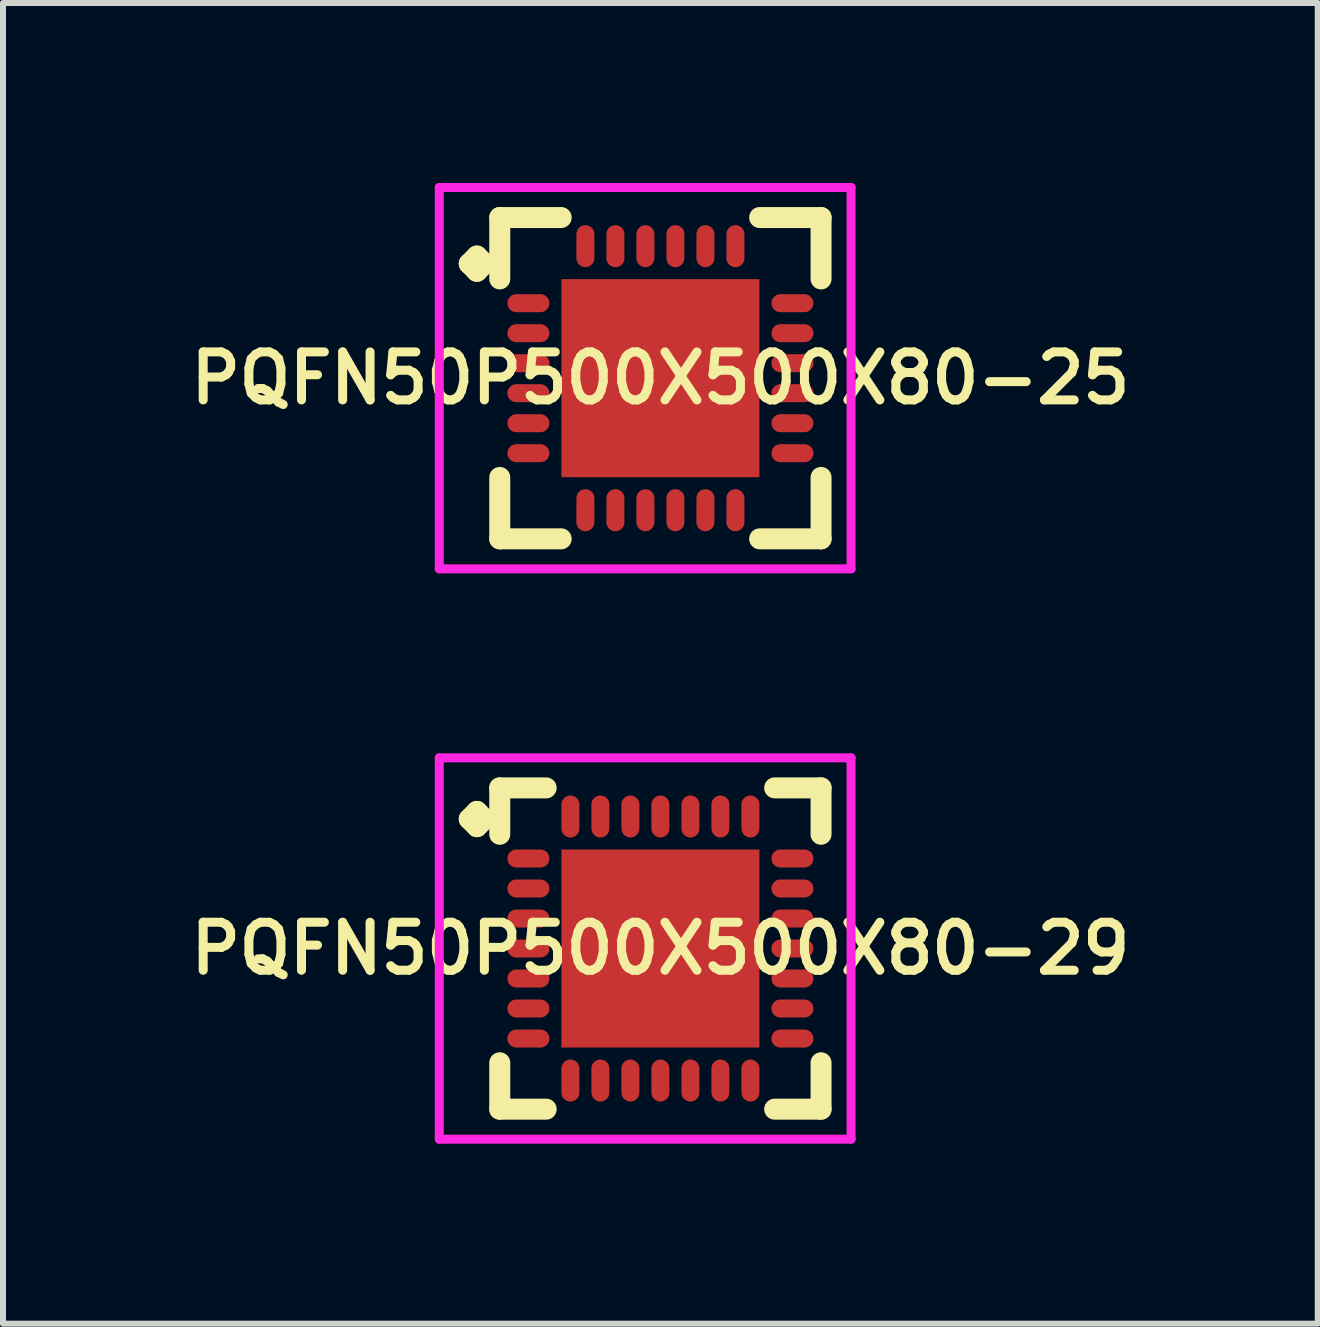
<source format=kicad_pcb>
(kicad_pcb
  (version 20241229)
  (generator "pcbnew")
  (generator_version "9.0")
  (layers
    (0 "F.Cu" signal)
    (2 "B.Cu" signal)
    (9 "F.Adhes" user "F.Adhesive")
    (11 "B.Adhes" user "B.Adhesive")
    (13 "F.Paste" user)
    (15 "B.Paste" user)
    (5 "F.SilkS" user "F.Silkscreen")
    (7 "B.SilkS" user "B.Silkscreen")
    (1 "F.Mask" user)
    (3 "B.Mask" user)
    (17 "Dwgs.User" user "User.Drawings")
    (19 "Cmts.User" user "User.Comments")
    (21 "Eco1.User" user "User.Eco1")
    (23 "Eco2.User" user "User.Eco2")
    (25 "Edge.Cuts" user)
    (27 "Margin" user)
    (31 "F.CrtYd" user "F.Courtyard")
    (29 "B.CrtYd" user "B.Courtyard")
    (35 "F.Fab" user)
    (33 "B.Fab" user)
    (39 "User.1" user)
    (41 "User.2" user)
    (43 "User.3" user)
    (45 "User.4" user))
  (footprint "PQFN50P500X500X80-25"
    (layer "F.Cu")
    (at 7.955 3.252)
    (property "Reference" "PQFN50P500X500X80-25" (at 0 0 0) (layer "F.SilkS") (effects (font (size 0.8 0.8) (thickness 0.15))))
    (attr smd)
    (fp_line (start -3.185 -1.908) (end -3.058 -2.035) (stroke (width 0.35) (type solid)) (layer "F.SilkS"))
    (fp_line (start -3.058 -2.035) (end -2.931 -1.908) (stroke (width 0.35) (type solid)) (layer "F.SilkS"))
    (fp_line (start -3.058 -1.781) (end -3.185 -1.908) (stroke (width 0.35) (type solid)) (layer "F.SilkS"))
    (fp_line (start -2.931 -1.908) (end -3.058 -1.781) (stroke (width 0.35) (type solid)) (layer "F.SilkS"))
    (fp_line (start -2.677 -2.677) (end -1.654 -2.677) (stroke (width 0.35) (type solid)) (layer "F.SilkS"))
    (fp_line (start -2.677 -1.654) (end -2.677 -2.677) (stroke (width 0.35) (type solid)) (layer "F.SilkS"))
    (fp_line (start -2.677 1.654) (end -2.677 2.677) (stroke (width 0.35) (type solid)) (layer "F.SilkS"))
    (fp_line (start -2.677 2.677) (end -1.654 2.677) (stroke (width 0.35) (type solid)) (layer "F.SilkS"))
    (fp_line (start 1.654 -2.677) (end 2.677 -2.677) (stroke (width 0.35) (type solid)) (layer "F.SilkS"))
    (fp_line (start 1.654 2.677) (end 2.677 2.677) (stroke (width 0.35) (type solid)) (layer "F.SilkS"))
    (fp_line (start 2.677 -2.677) (end 2.677 -1.654) (stroke (width 0.35) (type solid)) (layer "F.SilkS"))
    (fp_line (start 2.677 2.677) (end 2.677 1.654) (stroke (width 0.35) (type solid)) (layer "F.SilkS"))
    (fp_line (start -3.685 -3.177) (end 3.177 -3.177) (stroke (width 0.15) (type solid)) (layer "F.CrtYd"))
    (fp_line (start -3.685 3.177) (end -3.685 -3.177) (stroke (width 0.15) (type solid)) (layer "F.CrtYd"))
    (fp_line (start 3.177 -3.177) (end 3.177 3.177) (stroke (width 0.15) (type solid)) (layer "F.CrtYd"))
    (fp_line (start 3.177 3.177) (end -3.685 3.177) (stroke (width 0.15) (type solid)) (layer "F.CrtYd"))
    (pad "1" smd oval (at -2.2 -1.25) (size 0.7 0.3) (layers "F.Cu" "F.Mask" "F.Paste"))
    (pad "2" smd oval (at -2.2 -0.75) (size 0.7 0.3) (layers "F.Cu" "F.Mask" "F.Paste"))
    (pad "3" smd oval (at -2.2 -0.25) (size 0.7 0.3) (layers "F.Cu" "F.Mask" "F.Paste"))
    (pad "4" smd oval (at -2.2 0.25) (size 0.7 0.3) (layers "F.Cu" "F.Mask" "F.Paste"))
    (pad "5" smd oval (at -2.2 0.75) (size 0.7 0.3) (layers "F.Cu" "F.Mask" "F.Paste"))
    (pad "6" smd oval (at -2.2 1.25) (size 0.7 0.3) (layers "F.Cu" "F.Mask" "F.Paste"))
    (pad "7" smd oval (at -1.25 2.2) (size 0.3 0.7) (layers "F.Cu" "F.Mask" "F.Paste"))
    (pad "8" smd oval (at -0.75 2.2) (size 0.3 0.7) (layers "F.Cu" "F.Mask" "F.Paste"))
    (pad "9" smd oval (at -0.25 2.2) (size 0.3 0.7) (layers "F.Cu" "F.Mask" "F.Paste"))
    (pad "10" smd oval (at 0.25 2.2) (size 0.3 0.7) (layers "F.Cu" "F.Mask" "F.Paste"))
    (pad "11" smd oval (at 0.75 2.2) (size 0.3 0.7) (layers "F.Cu" "F.Mask" "F.Paste"))
    (pad "12" smd oval (at 1.25 2.2) (size 0.3 0.7) (layers "F.Cu" "F.Mask" "F.Paste"))
    (pad "13" smd oval (at 2.2 1.25) (size 0.7 0.3) (layers "F.Cu" "F.Mask" "F.Paste"))
    (pad "14" smd oval (at 2.2 0.75) (size 0.7 0.3) (layers "F.Cu" "F.Mask" "F.Paste"))
    (pad "15" smd oval (at 2.2 0.25) (size 0.7 0.3) (layers "F.Cu" "F.Mask" "F.Paste"))
    (pad "16" smd oval (at 2.2 -0.25) (size 0.7 0.3) (layers "F.Cu" "F.Mask" "F.Paste"))
    (pad "17" smd oval (at 2.2 -0.75) (size 0.7 0.3) (layers "F.Cu" "F.Mask" "F.Paste"))
    (pad "18" smd oval (at 2.2 -1.25) (size 0.7 0.3) (layers "F.Cu" "F.Mask" "F.Paste"))
    (pad "19" smd oval (at 1.25 -2.2) (size 0.3 0.7) (layers "F.Cu" "F.Mask" "F.Paste"))
    (pad "20" smd oval (at 0.75 -2.2) (size 0.3 0.7) (layers "F.Cu" "F.Mask" "F.Paste"))
    (pad "21" smd oval (at 0.25 -2.2) (size 0.3 0.7) (layers "F.Cu" "F.Mask" "F.Paste"))
    (pad "22" smd oval (at -0.25 -2.2) (size 0.3 0.7) (layers "F.Cu" "F.Mask" "F.Paste"))
    (pad "23" smd oval (at -0.75 -2.2) (size 0.3 0.7) (layers "F.Cu" "F.Mask" "F.Paste"))
    (pad "24" smd oval (at -1.25 -2.2) (size 0.3 0.7) (layers "F.Cu" "F.Mask" "F.Paste"))
    (pad "25" smd rect (at 0 0) (size 3.3 3.3) (layers "F.Cu" "F.Mask" "F.Paste")))
  (footprint "PQFN50P500X500X80-29"
    (layer "F.Cu")
    (at 7.955 12.756)
    (property "Reference" "PQFN50P500X500X80-29" (at 0 0 0) (layer "F.SilkS") (effects (font (size 0.8 0.8) (thickness 0.15))))
    (attr smd)
    (fp_line (start -3.185 -2.158) (end -3.058 -2.285) (stroke (width 0.35) (type solid)) (layer "F.SilkS"))
    (fp_line (start -3.058 -2.285) (end -2.931 -2.158) (stroke (width 0.35) (type solid)) (layer "F.SilkS"))
    (fp_line (start -3.058 -2.031) (end -3.185 -2.158) (stroke (width 0.35) (type solid)) (layer "F.SilkS"))
    (fp_line (start -2.931 -2.158) (end -3.058 -2.031) (stroke (width 0.35) (type solid)) (layer "F.SilkS"))
    (fp_line (start -2.677 -2.677) (end -1.904 -2.677) (stroke (width 0.35) (type solid)) (layer "F.SilkS"))
    (fp_line (start -2.677 -1.904) (end -2.677 -2.677) (stroke (width 0.35) (type solid)) (layer "F.SilkS"))
    (fp_line (start -2.677 1.904) (end -2.677 2.677) (stroke (width 0.35) (type solid)) (layer "F.SilkS"))
    (fp_line (start -2.677 2.677) (end -1.904 2.677) (stroke (width 0.35) (type solid)) (layer "F.SilkS"))
    (fp_line (start 1.904 -2.677) (end 2.677 -2.677) (stroke (width 0.35) (type solid)) (layer "F.SilkS"))
    (fp_line (start 1.904 2.677) (end 2.677 2.677) (stroke (width 0.35) (type solid)) (layer "F.SilkS"))
    (fp_line (start 2.677 -2.677) (end 2.677 -1.904) (stroke (width 0.35) (type solid)) (layer "F.SilkS"))
    (fp_line (start 2.677 2.677) (end 2.677 1.904) (stroke (width 0.35) (type solid)) (layer "F.SilkS"))
    (fp_line (start -3.685 -3.177) (end 3.177 -3.177) (stroke (width 0.15) (type solid)) (layer "F.CrtYd"))
    (fp_line (start -3.685 3.177) (end -3.685 -3.177) (stroke (width 0.15) (type solid)) (layer "F.CrtYd"))
    (fp_line (start 3.177 -3.177) (end 3.177 3.177) (stroke (width 0.15) (type solid)) (layer "F.CrtYd"))
    (fp_line (start 3.177 3.177) (end -3.685 3.177) (stroke (width 0.15) (type solid)) (layer "F.CrtYd"))
    (pad "1" smd oval (at -2.2 -1.5) (size 0.7 0.3) (layers "F.Cu" "F.Mask" "F.Paste"))
    (pad "2" smd oval (at -2.2 -1) (size 0.7 0.3) (layers "F.Cu" "F.Mask" "F.Paste"))
    (pad "3" smd oval (at -2.2 -0.5) (size 0.7 0.3) (layers "F.Cu" "F.Mask" "F.Paste"))
    (pad "4" smd oval (at -2.2 0) (size 0.7 0.3) (layers "F.Cu" "F.Mask" "F.Paste"))
    (pad "5" smd oval (at -2.2 0.5) (size 0.7 0.3) (layers "F.Cu" "F.Mask" "F.Paste"))
    (pad "6" smd oval (at -2.2 1) (size 0.7 0.3) (layers "F.Cu" "F.Mask" "F.Paste"))
    (pad "7" smd oval (at -2.2 1.5) (size 0.7 0.3) (layers "F.Cu" "F.Mask" "F.Paste"))
    (pad "8" smd oval (at -1.5 2.2) (size 0.3 0.7) (layers "F.Cu" "F.Mask" "F.Paste"))
    (pad "9" smd oval (at -1 2.2) (size 0.3 0.7) (layers "F.Cu" "F.Mask" "F.Paste"))
    (pad "10" smd oval (at -0.5 2.2) (size 0.3 0.7) (layers "F.Cu" "F.Mask" "F.Paste"))
    (pad "11" smd oval (at 0 2.2) (size 0.3 0.7) (layers "F.Cu" "F.Mask" "F.Paste"))
    (pad "12" smd oval (at 0.5 2.2) (size 0.3 0.7) (layers "F.Cu" "F.Mask" "F.Paste"))
    (pad "13" smd oval (at 1 2.2) (size 0.3 0.7) (layers "F.Cu" "F.Mask" "F.Paste"))
    (pad "14" smd oval (at 1.5 2.2) (size 0.3 0.7) (layers "F.Cu" "F.Mask" "F.Paste"))
    (pad "15" smd oval (at 2.2 1.5) (size 0.7 0.3) (layers "F.Cu" "F.Mask" "F.Paste"))
    (pad "16" smd oval (at 2.2 1) (size 0.7 0.3) (layers "F.Cu" "F.Mask" "F.Paste"))
    (pad "17" smd oval (at 2.2 0.5) (size 0.7 0.3) (layers "F.Cu" "F.Mask" "F.Paste"))
    (pad "18" smd oval (at 2.2 0) (size 0.7 0.3) (layers "F.Cu" "F.Mask" "F.Paste"))
    (pad "19" smd oval (at 2.2 -0.5) (size 0.7 0.3) (layers "F.Cu" "F.Mask" "F.Paste"))
    (pad "20" smd oval (at 2.2 -1) (size 0.7 0.3) (layers "F.Cu" "F.Mask" "F.Paste"))
    (pad "21" smd oval (at 2.2 -1.5) (size 0.7 0.3) (layers "F.Cu" "F.Mask" "F.Paste"))
    (pad "22" smd oval (at 1.5 -2.2) (size 0.3 0.7) (layers "F.Cu" "F.Mask" "F.Paste"))
    (pad "23" smd oval (at 1 -2.2) (size 0.3 0.7) (layers "F.Cu" "F.Mask" "F.Paste"))
    (pad "24" smd oval (at 0.5 -2.2) (size 0.3 0.7) (layers "F.Cu" "F.Mask" "F.Paste"))
    (pad "25" smd oval (at 0 -2.2) (size 0.3 0.7) (layers "F.Cu" "F.Mask" "F.Paste"))
    (pad "26" smd oval (at -0.5 -2.2) (size 0.3 0.7) (layers "F.Cu" "F.Mask" "F.Paste"))
    (pad "27" smd oval (at -1 -2.2) (size 0.3 0.7) (layers "F.Cu" "F.Mask" "F.Paste"))
    (pad "28" smd oval (at -1.5 -2.2) (size 0.3 0.7) (layers "F.Cu" "F.Mask" "F.Paste"))
    (pad "29" smd rect (at 0 0) (size 3.3 3.3) (layers "F.Cu" "F.Mask" "F.Paste")))
  (gr_rect
    (start -3 -3)
    (end 18.909 19.008)
    (stroke (width 0.1) (type default))
    (fill no)
    (layer "Edge.Cuts")))
</source>
